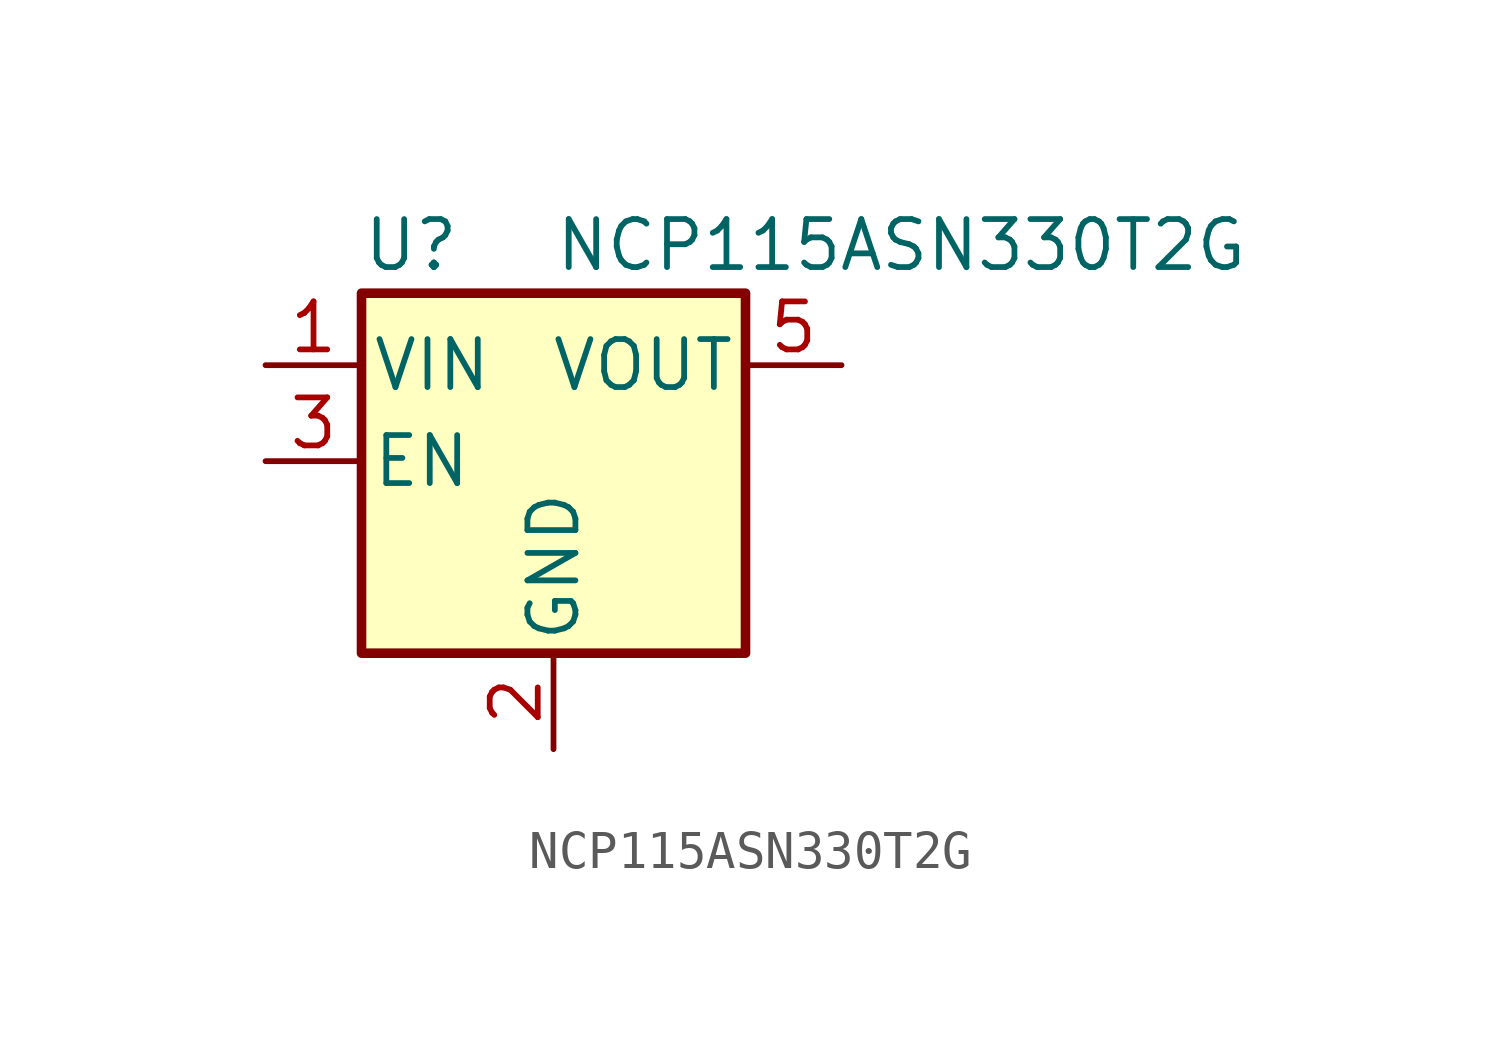
<source format=kicad_sym>
(kicad_symbol_lib
  (version 20211014)
  (generator kicad_symbol_editor)
  (symbol "NCP115ASN330T2G"
    (pin_names
      (offset 0.254))
    (property "Reference" "U"
      (at -5.08 5.715 0)
      (effects (font (size 1.27 1.27)) (justify left)))
    (property "Value" "NCP115ASN330T2G"
      (at 0 5.715 0)
      (effects (font (size 1.27 1.27)) (justify left)))
    (symbol "NCP115ASN330T2G_0_1"
      (rectangle (start -5.08 4.445) (end 5.08 -5.08) (stroke (width 0.254) (type default) (color 0 0 0 0)) (fill (type background))))
    (symbol "NCP115ASN330T2G_1_1"
      (pin power_in line (at -7.62 2.54 0) (length 2.54) (name "VIN" (effects (font (size 1.27 1.27)))) (number "1" (effects (font (size 1.27 1.27)))))
      (pin power_in line (at 0 -7.62 90) (length 2.54) (name "GND" (effects (font (size 1.27 1.27)))) (number "2" (effects (font (size 1.27 1.27)))))
      (pin input line (at -7.62 0 0) (length 2.54) (name "EN" (effects (font (size 1.27 1.27)))) (number "3" (effects (font (size 1.27 1.27)))))
      (pin no_connect line (at 5.08 0 180) (length 2.54) hide (name "NC" (effects (font (size 1.27 1.27)))) (number "4" (effects (font (size 1.27 1.27)))))
      (pin power_out line (at 7.62 2.54 180) (length 2.54) (name "VOUT" (effects (font (size 1.27 1.27)))) (number "5" (effects (font (size 1.27 1.27))))))))
</source>
